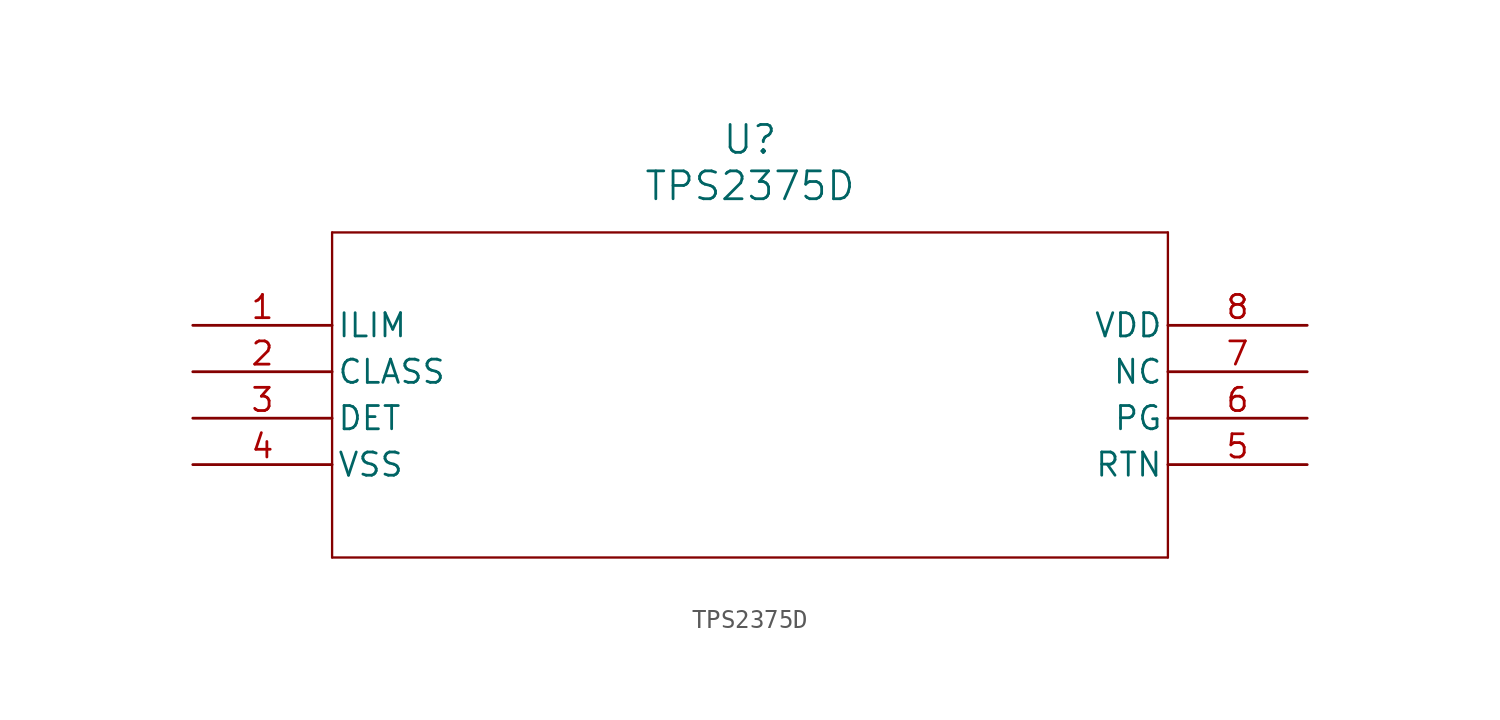
<source format=kicad_sym>
(kicad_symbol_lib
  (version 20211014)
  (generator kicad_symbol_editor)
  (symbol "TPS2375D"
    (pin_names
      (offset 0.254))
    (property "Reference" "U"
      (at 30.48 10.16 0)
      (effects (font (size 1.524 1.524))))
    (property "Value" "TPS2375D"
      (at 30.48 7.62 0)
      (effects (font (size 1.524 1.524))))
    (symbol "TPS2375D_0_1"
      (polyline (pts (xy 7.62 5.08) (xy 7.62 -12.7)) (stroke (width 0.127) (type default) (color 0 0 0 0)) (fill (type none)))
      (polyline (pts (xy 7.62 -12.7) (xy 53.34 -12.7)) (stroke (width 0.127) (type default) (color 0 0 0 0)) (fill (type none)))
      (polyline (pts (xy 53.34 -12.7) (xy 53.34 5.08)) (stroke (width 0.127) (type default) (color 0 0 0 0)) (fill (type none)))
      (polyline (pts (xy 53.34 5.08) (xy 7.62 5.08)) (stroke (width 0.127) (type default) (color 0 0 0 0)) (fill (type none)))
      (pin output line (at 0 0 0) (length 7.62) (name "ILIM" (effects (font (size 1.27 1.27)))) (number "1" (effects (font (size 1.27 1.27)))))
      (pin output line (at 0 -2.54 0) (length 7.62) (name "CLASS" (effects (font (size 1.27 1.27)))) (number "2" (effects (font (size 1.27 1.27)))))
      (pin output line (at 0 -5.08 0) (length 7.62) (name "DET" (effects (font (size 1.27 1.27)))) (number "3" (effects (font (size 1.27 1.27)))))
      (pin input line (at 0 -7.62 0) (length 7.62) (name "VSS" (effects (font (size 1.27 1.27)))) (number "4" (effects (font (size 1.27 1.27)))))
      (pin output line (at 60.96 -7.62 180) (length 7.62) (name "RTN" (effects (font (size 1.27 1.27)))) (number "5" (effects (font (size 1.27 1.27)))))
      (pin output line (at 60.96 -5.08 180) (length 7.62) (name "PG" (effects (font (size 1.27 1.27)))) (number "6" (effects (font (size 1.27 1.27)))))
      (pin unspecified line (at 60.96 -2.54 180) (length 7.62) (name "NC" (effects (font (size 1.27 1.27)))) (number "7" (effects (font (size 1.27 1.27)))))
      (pin input line (at 60.96 0 180) (length 7.62) (name "VDD" (effects (font (size 1.27 1.27)))) (number "8" (effects (font (size 1.27 1.27))))))))
</source>
